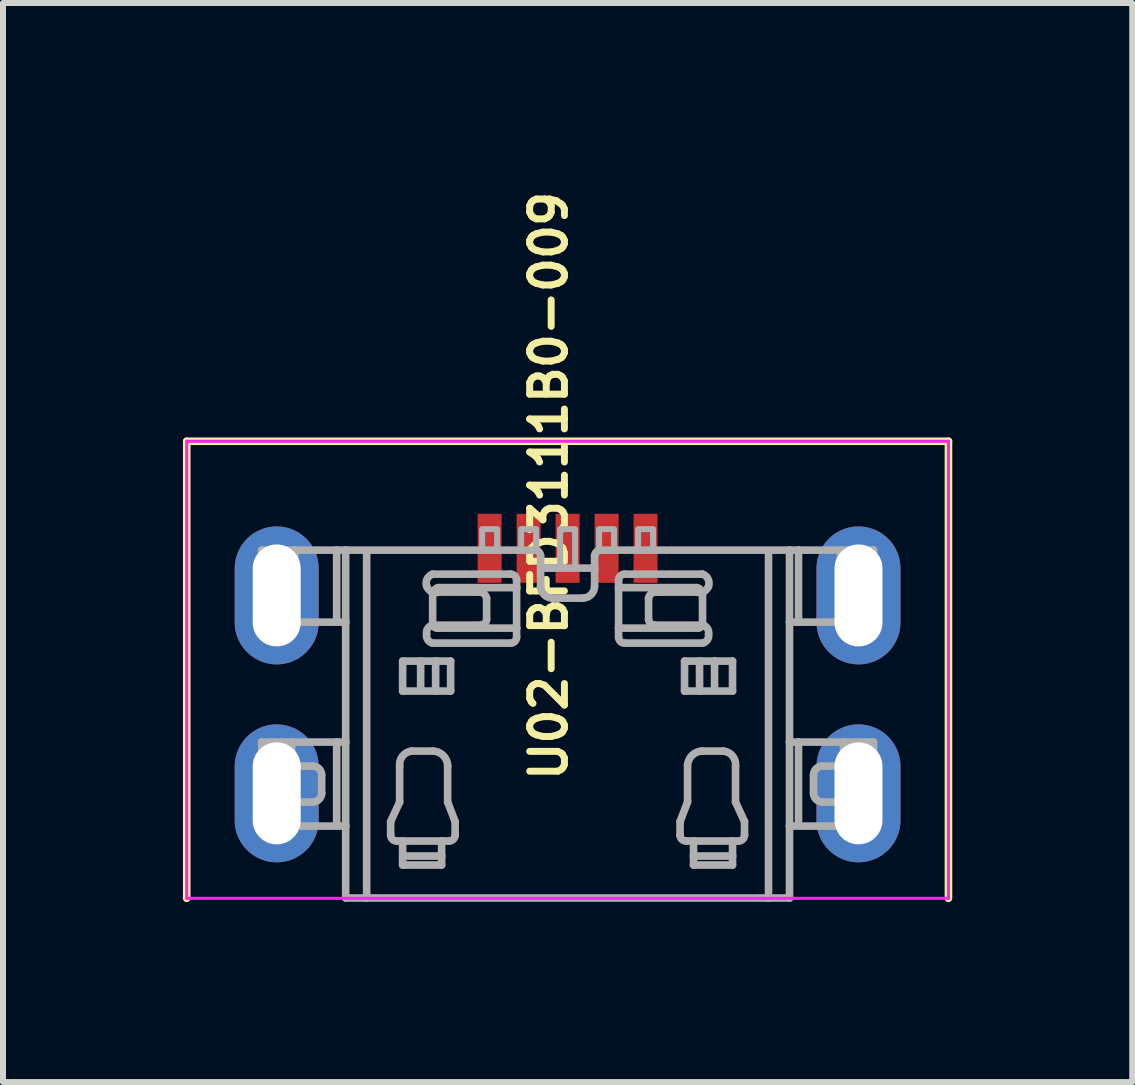
<source format=kicad_pcb>
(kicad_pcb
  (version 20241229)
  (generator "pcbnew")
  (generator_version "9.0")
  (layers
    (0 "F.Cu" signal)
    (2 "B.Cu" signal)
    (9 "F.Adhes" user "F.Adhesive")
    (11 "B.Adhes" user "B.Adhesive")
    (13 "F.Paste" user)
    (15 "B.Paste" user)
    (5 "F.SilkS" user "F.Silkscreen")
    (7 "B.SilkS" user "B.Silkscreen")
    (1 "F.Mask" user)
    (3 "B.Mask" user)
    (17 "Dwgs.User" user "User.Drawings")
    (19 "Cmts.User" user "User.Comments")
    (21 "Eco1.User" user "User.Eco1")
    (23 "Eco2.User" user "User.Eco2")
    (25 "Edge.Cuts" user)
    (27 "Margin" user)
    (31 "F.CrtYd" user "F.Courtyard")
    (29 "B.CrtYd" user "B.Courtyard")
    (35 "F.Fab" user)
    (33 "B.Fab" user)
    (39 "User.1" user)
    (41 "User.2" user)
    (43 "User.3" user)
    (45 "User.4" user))
  (footprint "U02-BFD3111B0-009"
    (layer "F.Cu")
    (at 6.413 10.022)
    (property "Reference" "U02-BFD3111B0-009" (at 0.024 0 90) (layer "F.SilkS") (effects (font (size 0.579 0.579) (thickness 0.116)) (justify left bottom)))
    (attr through_hole)
    (fp_poly (pts (xy -5.55 -2.695) (xy -5.55 -3.595) (xy -5.526 -3.776) (xy -5.456 -3.945) (xy -5.345 -4.09) (xy -5.2 -4.201) (xy -4.85 -4.295) (xy -4.669 -4.271) (xy -4.5 -4.201) (xy -4.355 -4.09) (xy -4.244 -3.945) (xy -4.174 -3.776) (xy -4.15 -3.595) (xy -4.15 -2.695) (xy -4.174 -2.514) (xy -4.244 -2.345) (xy -4.355 -2.2) (xy -4.5 -2.089) (xy -4.669 -2.019) (xy -4.85 -1.995) (xy -5.031 -2.019) (xy -5.2 -2.089) (xy -5.345 -2.2) (xy -5.456 -2.345)) (stroke (width 0) (type solid)) (fill yes) (layer "F.Mask"))
    (fp_poly (pts (xy 4.15 -2.695) (xy 4.15 -3.595) (xy 4.174 -3.776) (xy 4.244 -3.945) (xy 4.355 -4.09) (xy 4.5 -4.201) (xy 4.85 -4.295) (xy 5.031 -4.271) (xy 5.2 -4.201) (xy 5.345 -4.09) (xy 5.456 -3.945) (xy 5.526 -3.776) (xy 5.55 -3.595) (xy 5.55 -2.695) (xy 5.526 -2.514) (xy 5.456 -2.345) (xy 5.345 -2.2) (xy 5.2 -2.089) (xy 5.031 -2.019) (xy 4.85 -1.995) (xy 4.669 -2.019) (xy 4.5 -2.089) (xy 4.355 -2.2) (xy 4.244 -2.345)) (stroke (width 0) (type solid)) (fill yes) (layer "F.Mask"))
    (fp_poly (pts (xy -5.55 0.605) (xy -5.55 -0.295) (xy -5.55 -0.295) (xy -5.526 -0.476) (xy -5.456 -0.645) (xy -5.345 -0.79) (xy -5.2 -0.901) (xy -4.85 -0.995) (xy -4.85 -0.995) (xy -4.669 -0.971) (xy -4.5 -0.901) (xy -4.355 -0.79) (xy -4.244 -0.645) (xy -4.174 -0.476) (xy -4.15 -0.295) (xy -4.15 0.605) (xy -4.174 0.786) (xy -4.244 0.955) (xy -4.355 1.1) (xy -4.5 1.211) (xy -4.669 1.281) (xy -4.85 1.305) (xy -5.031 1.281) (xy -5.2 1.211) (xy -5.345 1.1) (xy -5.456 0.955)) (stroke (width 0) (type solid)) (fill yes) (layer "F.Mask"))
    (fp_poly (pts (xy 4.15 0.605) (xy 4.15 -0.295) (xy 4.15 -0.295) (xy 4.174 -0.476) (xy 4.244 -0.645) (xy 4.355 -0.79) (xy 4.5 -0.901) (xy 4.85 -0.995) (xy 4.85 -0.995) (xy 5.031 -0.971) (xy 5.2 -0.901) (xy 5.345 -0.79) (xy 5.456 -0.645) (xy 5.526 -0.476) (xy 5.55 -0.295) (xy 5.55 0.605) (xy 5.526 0.786) (xy 5.456 0.955) (xy 5.345 1.1) (xy 5.2 1.211) (xy 5.031 1.281) (xy 4.85 1.305) (xy 4.669 1.281) (xy 4.5 1.211) (xy 4.355 1.1) (xy 4.244 0.955)) (stroke (width 0) (type solid)) (fill yes) (layer "F.Mask"))
    (fp_poly (pts (xy -5.55 -2.695) (xy -5.55 -3.595) (xy -5.526 -3.776) (xy -5.456 -3.945) (xy -5.345 -4.09) (xy -5.2 -4.201) (xy -4.85 -4.295) (xy -4.669 -4.271) (xy -4.5 -4.201) (xy -4.355 -4.09) (xy -4.244 -3.945) (xy -4.174 -3.776) (xy -4.15 -3.595) (xy -4.15 -2.695) (xy -4.174 -2.514) (xy -4.244 -2.345) (xy -4.355 -2.2) (xy -4.5 -2.089) (xy -4.669 -2.019) (xy -4.85 -1.995) (xy -5.031 -2.019) (xy -5.2 -2.089) (xy -5.345 -2.2) (xy -5.456 -2.345)) (stroke (width 0) (type solid)) (fill yes) (layer "B.Mask"))
    (fp_poly (pts (xy 4.15 -2.695) (xy 4.15 -3.595) (xy 4.174 -3.776) (xy 4.244 -3.945) (xy 4.355 -4.09) (xy 4.5 -4.201) (xy 4.85 -4.295) (xy 5.031 -4.271) (xy 5.2 -4.201) (xy 5.345 -4.09) (xy 5.456 -3.945) (xy 5.526 -3.776) (xy 5.55 -3.595) (xy 5.55 -2.695) (xy 5.526 -2.514) (xy 5.456 -2.345) (xy 5.345 -2.2) (xy 5.2 -2.089) (xy 5.031 -2.019) (xy 4.85 -1.995) (xy 4.669 -2.019) (xy 4.5 -2.089) (xy 4.355 -2.2) (xy 4.244 -2.345)) (stroke (width 0) (type solid)) (fill yes) (layer "B.Mask"))
    (fp_poly (pts (xy -5.55 0.605) (xy -5.55 -0.295) (xy -5.55 -0.295) (xy -5.526 -0.476) (xy -5.456 -0.645) (xy -5.345 -0.79) (xy -5.2 -0.901) (xy -4.85 -0.995) (xy -4.85 -0.995) (xy -4.669 -0.971) (xy -4.5 -0.901) (xy -4.355 -0.79) (xy -4.244 -0.645) (xy -4.174 -0.476) (xy -4.15 -0.295) (xy -4.15 0.605) (xy -4.174 0.786) (xy -4.244 0.955) (xy -4.355 1.1) (xy -4.5 1.211) (xy -4.669 1.281) (xy -4.85 1.305) (xy -5.031 1.281) (xy -5.2 1.211) (xy -5.345 1.1) (xy -5.456 0.955)) (stroke (width 0) (type solid)) (fill yes) (layer "B.Mask"))
    (fp_poly (pts (xy 4.15 0.605) (xy 4.15 -0.295) (xy 4.15 -0.295) (xy 4.174 -0.476) (xy 4.244 -0.645) (xy 4.355 -0.79) (xy 4.5 -0.901) (xy 4.85 -0.995) (xy 4.85 -0.995) (xy 5.031 -0.971) (xy 5.2 -0.901) (xy 5.345 -0.79) (xy 5.456 -0.645) (xy 5.526 -0.476) (xy 5.55 -0.295) (xy 5.55 0.605) (xy 5.526 0.786) (xy 5.456 0.955) (xy 5.345 1.1) (xy 5.2 1.211) (xy 5.031 1.281) (xy 4.85 1.305) (xy 4.669 1.281) (xy 4.5 1.211) (xy 4.355 1.1) (xy 4.244 0.955)) (stroke (width 0) (type solid)) (fill yes) (layer "B.Mask"))
    (fp_line (start -6.35 -5.715) (end -6.35 1.905) (stroke (width 0.127) (type solid)) (layer "F.SilkS"))
    (fp_line (start 6.35 -5.715) (end -6.35 -5.715) (stroke (width 0.127) (type solid)) (layer "F.SilkS"))
    (fp_line (start 6.35 1.905) (end 6.35 -5.715) (stroke (width 0.127) (type solid)) (layer "F.SilkS"))
    (fp_poly (pts (xy -5.55 -2.695) (xy -5.55 -3.595) (xy -5.526 -3.776) (xy -5.456 -3.945) (xy -5.345 -4.09) (xy -5.2 -4.201) (xy -4.85 -4.295) (xy -4.669 -4.271) (xy -4.5 -4.201) (xy -4.355 -4.09) (xy -4.244 -3.945) (xy -4.174 -3.776) (xy -4.15 -3.595) (xy -4.15 -2.695) (xy -4.174 -2.514) (xy -4.244 -2.345) (xy -4.355 -2.2) (xy -4.5 -2.089) (xy -4.669 -2.019) (xy -4.85 -1.995) (xy -5.031 -2.019) (xy -5.2 -2.089) (xy -5.345 -2.2) (xy -5.456 -2.345)) (stroke (width 0) (type solid)) (fill yes) (layer "F.Paste"))
    (fp_poly (pts (xy 4.15 -2.695) (xy 4.15 -3.595) (xy 4.174 -3.776) (xy 4.244 -3.945) (xy 4.355 -4.09) (xy 4.5 -4.201) (xy 4.85 -4.295) (xy 5.031 -4.271) (xy 5.2 -4.201) (xy 5.345 -4.09) (xy 5.456 -3.945) (xy 5.526 -3.776) (xy 5.55 -3.595) (xy 5.55 -2.695) (xy 5.526 -2.514) (xy 5.456 -2.345) (xy 5.345 -2.2) (xy 5.2 -2.089) (xy 5.031 -2.019) (xy 4.85 -1.995) (xy 4.669 -2.019) (xy 4.5 -2.089) (xy 4.355 -2.2) (xy 4.244 -2.345)) (stroke (width 0) (type solid)) (fill yes) (layer "F.Paste"))
    (fp_poly (pts (xy -5.55 0.605) (xy -5.55 -0.295) (xy -5.55 -0.295) (xy -5.526 -0.476) (xy -5.456 -0.645) (xy -5.345 -0.79) (xy -5.2 -0.901) (xy -4.85 -0.995) (xy -4.85 -0.995) (xy -4.669 -0.971) (xy -4.5 -0.901) (xy -4.355 -0.79) (xy -4.244 -0.645) (xy -4.174 -0.476) (xy -4.15 -0.295) (xy -4.15 0.605) (xy -4.174 0.786) (xy -4.244 0.955) (xy -4.355 1.1) (xy -4.5 1.211) (xy -4.669 1.281) (xy -4.85 1.305) (xy -5.031 1.281) (xy -5.2 1.211) (xy -5.345 1.1) (xy -5.456 0.955)) (stroke (width 0) (type solid)) (fill yes) (layer "F.Paste"))
    (fp_poly (pts (xy 4.15 0.605) (xy 4.15 -0.295) (xy 4.15 -0.295) (xy 4.174 -0.476) (xy 4.244 -0.645) (xy 4.355 -0.79) (xy 4.5 -0.901) (xy 4.85 -0.995) (xy 4.85 -0.995) (xy 5.031 -0.971) (xy 5.2 -0.901) (xy 5.345 -0.79) (xy 5.456 -0.645) (xy 5.526 -0.476) (xy 5.55 -0.295) (xy 5.55 0.605) (xy 5.526 0.786) (xy 5.456 0.955) (xy 5.345 1.1) (xy 5.2 1.211) (xy 5.031 1.281) (xy 4.85 1.305) (xy 4.669 1.281) (xy 4.5 1.211) (xy 4.355 1.1) (xy 4.244 0.955)) (stroke (width 0) (type solid)) (fill yes) (layer "F.Paste"))
    (fp_poly (pts (xy -5.55 -2.695) (xy -5.55 -3.595) (xy -5.526 -3.776) (xy -5.456 -3.945) (xy -5.345 -4.09) (xy -5.2 -4.201) (xy -4.85 -4.295) (xy -4.669 -4.271) (xy -4.5 -4.201) (xy -4.355 -4.09) (xy -4.244 -3.945) (xy -4.174 -3.776) (xy -4.15 -3.595) (xy -4.15 -2.695) (xy -4.174 -2.514) (xy -4.244 -2.345) (xy -4.355 -2.2) (xy -4.5 -2.089) (xy -4.669 -2.019) (xy -4.85 -1.995) (xy -5.031 -2.019) (xy -5.2 -2.089) (xy -5.345 -2.2) (xy -5.456 -2.345)) (stroke (width 0) (type solid)) (fill yes) (layer "B.Paste"))
    (fp_poly (pts (xy 4.15 -2.695) (xy 4.15 -3.595) (xy 4.174 -3.776) (xy 4.244 -3.945) (xy 4.355 -4.09) (xy 4.5 -4.201) (xy 4.85 -4.295) (xy 5.031 -4.271) (xy 5.2 -4.201) (xy 5.345 -4.09) (xy 5.456 -3.945) (xy 5.526 -3.776) (xy 5.55 -3.595) (xy 5.55 -2.695) (xy 5.526 -2.514) (xy 5.456 -2.345) (xy 5.345 -2.2) (xy 5.2 -2.089) (xy 5.031 -2.019) (xy 4.85 -1.995) (xy 4.669 -2.019) (xy 4.5 -2.089) (xy 4.355 -2.2) (xy 4.244 -2.345)) (stroke (width 0) (type solid)) (fill yes) (layer "B.Paste"))
    (fp_poly (pts (xy -5.55 0.605) (xy -5.55 -0.295) (xy -5.55 -0.295) (xy -5.526 -0.476) (xy -5.456 -0.645) (xy -5.345 -0.79) (xy -5.2 -0.901) (xy -4.85 -0.995) (xy -4.85 -0.995) (xy -4.669 -0.971) (xy -4.5 -0.901) (xy -4.355 -0.79) (xy -4.244 -0.645) (xy -4.174 -0.476) (xy -4.15 -0.295) (xy -4.15 0.605) (xy -4.174 0.786) (xy -4.244 0.955) (xy -4.355 1.1) (xy -4.5 1.211) (xy -4.669 1.281) (xy -4.85 1.305) (xy -5.031 1.281) (xy -5.2 1.211) (xy -5.345 1.1) (xy -5.456 0.955)) (stroke (width 0) (type solid)) (fill yes) (layer "B.Paste"))
    (fp_poly (pts (xy 4.15 0.605) (xy 4.15 -0.295) (xy 4.15 -0.295) (xy 4.174 -0.476) (xy 4.244 -0.645) (xy 4.355 -0.79) (xy 4.5 -0.901) (xy 4.85 -0.995) (xy 4.85 -0.995) (xy 5.031 -0.971) (xy 5.2 -0.901) (xy 5.345 -0.79) (xy 5.456 -0.645) (xy 5.526 -0.476) (xy 5.55 -0.295) (xy 5.55 0.605) (xy 5.526 0.786) (xy 5.456 0.955) (xy 5.345 1.1) (xy 5.2 1.211) (xy 5.031 1.281) (xy 4.85 1.305) (xy 4.669 1.281) (xy 4.5 1.211) (xy 4.355 1.1) (xy 4.244 0.955)) (stroke (width 0) (type solid)) (fill yes) (layer "B.Paste"))
    (fp_line (start -6.35 -5.715) (end 6.35 -5.715) (stroke (width 0.051) (type solid)) (layer "F.CrtYd"))
    (fp_line (start -6.35 1.905) (end -6.35 -5.715) (stroke (width 0.051) (type solid)) (layer "F.CrtYd"))
    (fp_line (start 6.35 -5.715) (end 6.35 1.905) (stroke (width 0.051) (type solid)) (layer "F.CrtYd"))
    (fp_line (start 6.35 1.905) (end -6.35 1.905) (stroke (width 0.051) (type solid)) (layer "F.CrtYd"))
    (fp_line (start -5.1 -3.9) (end -5.1 -2.7) (stroke (width 0.127) (type solid)) (layer "F.Fab"))
    (fp_line (start -5.1 -3.9) (end -4.55 -3.9) (stroke (width 0.127) (type solid)) (layer "F.Fab"))
    (fp_line (start -5.1 -2.7) (end -4.55 -2.7) (stroke (width 0.127) (type solid)) (layer "F.Fab"))
    (fp_line (start -5.1 -0.7) (end -5.1 -0.3) (stroke (width 0.127) (type solid)) (layer "F.Fab"))
    (fp_line (start -5.1 -0.3) (end -5.1 0.3) (stroke (width 0.127) (type solid)) (layer "F.Fab"))
    (fp_line (start -5.1 0.3) (end -5.1 0.7) (stroke (width 0.127) (type solid)) (layer "F.Fab"))
    (fp_line (start -5.1 0.3) (end -4.6 0.3) (stroke (width 0.127) (type solid)) (layer "F.Fab"))
    (fp_line (start -5.1 0.7) (end -4.6 0.7) (stroke (width 0.127) (type solid)) (layer "F.Fab"))
    (fp_line (start -4.6 -0.7) (end -5.1 -0.7) (stroke (width 0.127) (type solid)) (layer "F.Fab"))
    (fp_line (start -4.6 -0.7) (end -4.6 -0.3) (stroke (width 0.127) (type solid)) (layer "F.Fab"))
    (fp_line (start -4.6 -0.3) (end -5.1 -0.3) (stroke (width 0.127) (type solid)) (layer "F.Fab"))
    (fp_line (start -4.6 -0.3) (end -4.25 -0.3) (stroke (width 0.127) (type solid)) (layer "F.Fab"))
    (fp_line (start -4.6 0.3) (end -4.6 0.7) (stroke (width 0.127) (type solid)) (layer "F.Fab"))
    (fp_line (start -4.6 0.7) (end -3.7 0.7) (stroke (width 0.127) (type solid)) (layer "F.Fab"))
    (fp_line (start -4.55 -3.9) (end -4.55 -2.7) (stroke (width 0.127) (type solid)) (layer "F.Fab"))
    (fp_line (start -4.55 -3.9) (end -3.85 -3.9) (stroke (width 0.127) (type solid)) (layer "F.Fab"))
    (fp_line (start -4.55 -2.7) (end -3.85 -2.7) (stroke (width 0.127) (type solid)) (layer "F.Fab"))
    (fp_line (start -4.25 0.3) (end -4.6 0.3) (stroke (width 0.127) (type solid)) (layer "F.Fab"))
    (fp_line (start -4.1 -0.15) (end -4.1 0.15) (stroke (width 0.127) (type solid)) (layer "F.Fab"))
    (fp_line (start -3.85 -3.9) (end -3.85 -2.7) (stroke (width 0.127) (type solid)) (layer "F.Fab"))
    (fp_line (start -3.85 -3.9) (end -3.7 -3.9) (stroke (width 0.127) (type solid)) (layer "F.Fab"))
    (fp_line (start -3.85 -2.7) (end -3.7 -2.7) (stroke (width 0.127) (type solid)) (layer "F.Fab"))
    (fp_line (start -3.85 -0.7) (end -4.6 -0.7) (stroke (width 0.127) (type solid)) (layer "F.Fab"))
    (fp_line (start -3.85 -0.7) (end -3.85 0.65) (stroke (width 0.127) (type solid)) (layer "F.Fab"))
    (fp_line (start -3.7 -3.9) (end -0.55 -3.9) (stroke (width 0.127) (type solid)) (layer "F.Fab"))
    (fp_line (start -3.7 -2.7) (end -3.7 -3.9) (stroke (width 0.127) (type solid)) (layer "F.Fab"))
    (fp_line (start -3.7 -0.7) (end -3.85 -0.7) (stroke (width 0.127) (type solid)) (layer "F.Fab"))
    (fp_line (start -3.7 -0.7) (end -3.7 -2.7) (stroke (width 0.127) (type solid)) (layer "F.Fab"))
    (fp_line (start -3.7 0.7) (end -3.7 -0.7) (stroke (width 0.127) (type solid)) (layer "F.Fab"))
    (fp_line (start -3.7 1.9) (end -3.7 0.7) (stroke (width 0.127) (type solid)) (layer "F.Fab"))
    (fp_line (start -3.35 -3.85) (end -3.35 1.9) (stroke (width 0.127) (type solid)) (layer "F.Fab"))
    (fp_line (start -3.35 1.9) (end -3.7 1.9) (stroke (width 0.127) (type solid)) (layer "F.Fab"))
    (fp_line (start -3.35 1.9) (end 3.35 1.9) (stroke (width 0.127) (type solid)) (layer "F.Fab"))
    (fp_line (start -2.95 0.625) (end -2.8 0.3) (stroke (width 0.127) (type solid)) (layer "F.Fab"))
    (fp_line (start -2.95 0.85) (end -2.95 0.625) (stroke (width 0.127) (type solid)) (layer "F.Fab"))
    (fp_line (start -2.85 0.95) (end -2.75 0.95) (stroke (width 0.127) (type solid)) (layer "F.Fab"))
    (fp_line (start -2.8 -0.3) (end -2.8 0.3) (stroke (width 0.127) (type solid)) (layer "F.Fab"))
    (fp_line (start -2.75 -2.05) (end -2.45 -2.05) (stroke (width 0.127) (type solid)) (layer "F.Fab"))
    (fp_line (start -2.75 -1.55) (end -2.75 -2.05) (stroke (width 0.127) (type solid)) (layer "F.Fab"))
    (fp_line (start -2.75 1.2) (end -2.75 0.95) (stroke (width 0.127) (type solid)) (layer "F.Fab"))
    (fp_line (start -2.75 1.2) (end -2.75 1.35) (stroke (width 0.127) (type solid)) (layer "F.Fab"))
    (fp_line (start -2.75 1.35) (end -2.1 1.35) (stroke (width 0.127) (type solid)) (layer "F.Fab"))
    (fp_line (start -2.6 -0.55) (end -2.25 -0.55) (stroke (width 0.127) (type solid)) (layer "F.Fab"))
    (fp_line (start -2.45 -2.05) (end -2.45 -1.6) (stroke (width 0.127) (type solid)) (layer "F.Fab"))
    (fp_line (start -2.45 -2.05) (end -2.2 -2.05) (stroke (width 0.127) (type solid)) (layer "F.Fab"))
    (fp_line (start -2.25 -3.2) (end -2.25 -2.675) (stroke (width 0.127) (type solid)) (layer "F.Fab"))
    (fp_line (start -2.25 -3.2) (end -2.225 -3.2) (stroke (width 0.127) (type solid)) (layer "F.Fab"))
    (fp_line (start -2.25 -2.675) (end -2.25 -2.65) (stroke (width 0.127) (type solid)) (layer "F.Fab"))
    (fp_line (start -2.25 -2.35) (end -0.95 -2.35) (stroke (width 0.127) (type solid)) (layer "F.Fab"))
    (fp_line (start -2.225 -3.2) (end -2.15 -3.2) (stroke (width 0.127) (type solid)) (layer "F.Fab"))
    (fp_line (start -2.2 -2.05) (end -2.2 -1.55) (stroke (width 0.127) (type solid)) (layer "F.Fab"))
    (fp_line (start -2.2 -2.05) (end -1.95 -2.05) (stroke (width 0.127) (type solid)) (layer "F.Fab"))
    (fp_line (start -2.2 -1.55) (end -2.75 -1.55) (stroke (width 0.127) (type solid)) (layer "F.Fab"))
    (fp_line (start -2.15 -3.2) (end -1.5 -3.2) (stroke (width 0.127) (type solid)) (layer "F.Fab"))
    (fp_line (start -2.1 0.95) (end -2.75 0.95) (stroke (width 0.127) (type solid)) (layer "F.Fab"))
    (fp_line (start -2.1 1.2) (end -2.75 1.2) (stroke (width 0.127) (type solid)) (layer "F.Fab"))
    (fp_line (start -2.1 1.2) (end -2.1 0.95) (stroke (width 0.127) (type solid)) (layer "F.Fab"))
    (fp_line (start -2.1 1.35) (end -2.1 1.2) (stroke (width 0.127) (type solid)) (layer "F.Fab"))
    (fp_line (start -2 -0.3) (end -2 0.3) (stroke (width 0.127) (type solid)) (layer "F.Fab"))
    (fp_line (start -1.975 0.95) (end -2.1 0.95) (stroke (width 0.127) (type solid)) (layer "F.Fab"))
    (fp_line (start -1.95 -2.05) (end -1.95 -1.55) (stroke (width 0.127) (type solid)) (layer "F.Fab"))
    (fp_line (start -1.95 -1.55) (end -2.2 -1.55) (stroke (width 0.127) (type solid)) (layer "F.Fab"))
    (fp_line (start -1.875 0.625) (end -2 0.3) (stroke (width 0.127) (type solid)) (layer "F.Fab"))
    (fp_line (start -1.875 0.85) (end -1.875 0.625) (stroke (width 0.127) (type solid)) (layer "F.Fab"))
    (fp_line (start -1.45 -2.65) (end -2.25 -2.65) (stroke (width 0.127) (type solid)) (layer "F.Fab"))
    (fp_line (start -1.35 -3.1) (end -1.35 -2.75) (stroke (width 0.127) (type solid)) (layer "F.Fab"))
    (fp_line (start -0.95 -3.5) (end -2.25 -3.5) (stroke (width 0.127) (type solid)) (layer "F.Fab"))
    (fp_line (start -0.85 -3.4) (end -0.85 -3.275) (stroke (width 0.127) (type solid)) (layer "F.Fab"))
    (fp_line (start -0.85 -3.275) (end -2.15 -3.275) (stroke (width 0.127) (type solid)) (layer "F.Fab"))
    (fp_line (start -0.85 -3.275) (end -0.85 -2.6) (stroke (width 0.127) (type solid)) (layer "F.Fab"))
    (fp_line (start -0.85 -2.6) (end -2.175 -2.6) (stroke (width 0.127) (type solid)) (layer "F.Fab"))
    (fp_line (start -0.85 -2.6) (end -0.85 -2.45) (stroke (width 0.127) (type solid)) (layer "F.Fab"))
    (fp_line (start -0.45 -3.8) (end -0.45 -3.6) (stroke (width 0.127) (type solid)) (layer "F.Fab"))
    (fp_line (start -0.45 -3.6) (end -0.45 -3.3) (stroke (width 0.127) (type solid)) (layer "F.Fab"))
    (fp_line (start 0.25 -3.1) (end -0.25 -3.1) (stroke (width 0.127) (type solid)) (layer "F.Fab"))
    (fp_line (start 0.45 -3.8) (end 0.45 -3.6) (stroke (width 0.127) (type solid)) (layer "F.Fab"))
    (fp_line (start 0.45 -3.6) (end -0.45 -3.6) (stroke (width 0.127) (type solid)) (layer "F.Fab"))
    (fp_line (start 0.45 -3.6) (end 0.45 -3.3) (stroke (width 0.127) (type solid)) (layer "F.Fab"))
    (fp_line (start 0.85 -3.4) (end 0.85 -3.275) (stroke (width 0.127) (type solid)) (layer "F.Fab"))
    (fp_line (start 0.85 -3.275) (end 0.85 -2.6) (stroke (width 0.127) (type solid)) (layer "F.Fab"))
    (fp_line (start 0.85 -3.275) (end 2.15 -3.275) (stroke (width 0.127) (type solid)) (layer "F.Fab"))
    (fp_line (start 0.85 -2.6) (end 0.85 -2.45) (stroke (width 0.127) (type solid)) (layer "F.Fab"))
    (fp_line (start 0.85 -2.6) (end 2.175 -2.6) (stroke (width 0.127) (type solid)) (layer "F.Fab"))
    (fp_line (start 0.95 -3.5) (end 2.25 -3.5) (stroke (width 0.127) (type solid)) (layer "F.Fab"))
    (fp_line (start 1.35 -3.1) (end 1.35 -2.75) (stroke (width 0.127) (type solid)) (layer "F.Fab"))
    (fp_line (start 1.45 -2.65) (end 2.25 -2.65) (stroke (width 0.127) (type solid)) (layer "F.Fab"))
    (fp_line (start 1.875 0.625) (end 2 0.3) (stroke (width 0.127) (type solid)) (layer "F.Fab"))
    (fp_line (start 1.875 0.85) (end 1.875 0.625) (stroke (width 0.127) (type solid)) (layer "F.Fab"))
    (fp_line (start 1.95 -2.05) (end 1.95 -1.55) (stroke (width 0.127) (type solid)) (layer "F.Fab"))
    (fp_line (start 1.95 -1.55) (end 2.2 -1.55) (stroke (width 0.127) (type solid)) (layer "F.Fab"))
    (fp_line (start 1.975 0.95) (end 2.1 0.95) (stroke (width 0.127) (type solid)) (layer "F.Fab"))
    (fp_line (start 2 -0.3) (end 2 0.3) (stroke (width 0.127) (type solid)) (layer "F.Fab"))
    (fp_line (start 2.1 0.95) (end 2.75 0.95) (stroke (width 0.127) (type solid)) (layer "F.Fab"))
    (fp_line (start 2.1 1.2) (end 2.1 0.95) (stroke (width 0.127) (type solid)) (layer "F.Fab"))
    (fp_line (start 2.1 1.2) (end 2.75 1.2) (stroke (width 0.127) (type solid)) (layer "F.Fab"))
    (fp_line (start 2.1 1.35) (end 2.1 1.2) (stroke (width 0.127) (type solid)) (layer "F.Fab"))
    (fp_line (start 2.15 -3.2) (end 1.5 -3.2) (stroke (width 0.127) (type solid)) (layer "F.Fab"))
    (fp_line (start 2.2 -2.05) (end 1.95 -2.05) (stroke (width 0.127) (type solid)) (layer "F.Fab"))
    (fp_line (start 2.2 -2.05) (end 2.2 -1.55) (stroke (width 0.127) (type solid)) (layer "F.Fab"))
    (fp_line (start 2.2 -1.55) (end 2.75 -1.55) (stroke (width 0.127) (type solid)) (layer "F.Fab"))
    (fp_line (start 2.225 -3.2) (end 2.15 -3.2) (stroke (width 0.127) (type solid)) (layer "F.Fab"))
    (fp_line (start 2.25 -3.2) (end 2.225 -3.2) (stroke (width 0.127) (type solid)) (layer "F.Fab"))
    (fp_line (start 2.25 -3.2) (end 2.25 -2.675) (stroke (width 0.127) (type solid)) (layer "F.Fab"))
    (fp_line (start 2.25 -2.675) (end 2.25 -2.65) (stroke (width 0.127) (type solid)) (layer "F.Fab"))
    (fp_line (start 2.25 -2.35) (end 0.95 -2.35) (stroke (width 0.127) (type solid)) (layer "F.Fab"))
    (fp_line (start 2.45 -2.05) (end 2.2 -2.05) (stroke (width 0.127) (type solid)) (layer "F.Fab"))
    (fp_line (start 2.45 -2.05) (end 2.45 -1.6) (stroke (width 0.127) (type solid)) (layer "F.Fab"))
    (fp_line (start 2.6 -0.55) (end 2.25 -0.55) (stroke (width 0.127) (type solid)) (layer "F.Fab"))
    (fp_line (start 2.75 -2.05) (end 2.45 -2.05) (stroke (width 0.127) (type solid)) (layer "F.Fab"))
    (fp_line (start 2.75 -1.55) (end 2.75 -2.05) (stroke (width 0.127) (type solid)) (layer "F.Fab"))
    (fp_line (start 2.75 1.2) (end 2.75 0.95) (stroke (width 0.127) (type solid)) (layer "F.Fab"))
    (fp_line (start 2.75 1.2) (end 2.75 1.35) (stroke (width 0.127) (type solid)) (layer "F.Fab"))
    (fp_line (start 2.75 1.35) (end 2.1 1.35) (stroke (width 0.127) (type solid)) (layer "F.Fab"))
    (fp_line (start 2.8 -0.3) (end 2.8 0.3) (stroke (width 0.127) (type solid)) (layer "F.Fab"))
    (fp_line (start 2.85 0.95) (end 2.75 0.95) (stroke (width 0.127) (type solid)) (layer "F.Fab"))
    (fp_line (start 2.95 0.625) (end 2.8 0.3) (stroke (width 0.127) (type solid)) (layer "F.Fab"))
    (fp_line (start 2.95 0.85) (end 2.95 0.625) (stroke (width 0.127) (type solid)) (layer "F.Fab"))
    (fp_line (start 3.35 -3.85) (end 3.35 1.9) (stroke (width 0.127) (type solid)) (layer "F.Fab"))
    (fp_line (start 3.35 1.9) (end 3.7 1.9) (stroke (width 0.127) (type solid)) (layer "F.Fab"))
    (fp_line (start 3.7 -3.9) (end 0.55 -3.9) (stroke (width 0.127) (type solid)) (layer "F.Fab"))
    (fp_line (start 3.7 -2.7) (end 3.7 -3.9) (stroke (width 0.127) (type solid)) (layer "F.Fab"))
    (fp_line (start 3.7 -0.7) (end 3.7 -2.7) (stroke (width 0.127) (type solid)) (layer "F.Fab"))
    (fp_line (start 3.7 -0.7) (end 3.85 -0.7) (stroke (width 0.127) (type solid)) (layer "F.Fab"))
    (fp_line (start 3.7 0.7) (end 3.7 -0.7) (stroke (width 0.127) (type solid)) (layer "F.Fab"))
    (fp_line (start 3.7 1.9) (end 3.7 0.7) (stroke (width 0.127) (type solid)) (layer "F.Fab"))
    (fp_line (start 3.85 -3.9) (end 3.7 -3.9) (stroke (width 0.127) (type solid)) (layer "F.Fab"))
    (fp_line (start 3.85 -3.9) (end 3.85 -2.7) (stroke (width 0.127) (type solid)) (layer "F.Fab"))
    (fp_line (start 3.85 -2.7) (end 3.7 -2.7) (stroke (width 0.127) (type solid)) (layer "F.Fab"))
    (fp_line (start 3.85 -0.7) (end 3.85 0.65) (stroke (width 0.127) (type solid)) (layer "F.Fab"))
    (fp_line (start 3.85 -0.7) (end 4.6 -0.7) (stroke (width 0.127) (type solid)) (layer "F.Fab"))
    (fp_line (start 4.1 -0.15) (end 4.1 0.15) (stroke (width 0.127) (type solid)) (layer "F.Fab"))
    (fp_line (start 4.25 0.3) (end 4.6 0.3) (stroke (width 0.127) (type solid)) (layer "F.Fab"))
    (fp_line (start 4.55 -3.9) (end 3.85 -3.9) (stroke (width 0.127) (type solid)) (layer "F.Fab"))
    (fp_line (start 4.55 -3.9) (end 4.55 -2.7) (stroke (width 0.127) (type solid)) (layer "F.Fab"))
    (fp_line (start 4.55 -2.7) (end 3.85 -2.7) (stroke (width 0.127) (type solid)) (layer "F.Fab"))
    (fp_line (start 4.6 -0.7) (end 4.6 -0.3) (stroke (width 0.127) (type solid)) (layer "F.Fab"))
    (fp_line (start 4.6 -0.7) (end 5.1 -0.7) (stroke (width 0.127) (type solid)) (layer "F.Fab"))
    (fp_line (start 4.6 -0.3) (end 4.25 -0.3) (stroke (width 0.127) (type solid)) (layer "F.Fab"))
    (fp_line (start 4.6 -0.3) (end 5.1 -0.3) (stroke (width 0.127) (type solid)) (layer "F.Fab"))
    (fp_line (start 4.6 0.3) (end 4.6 0.7) (stroke (width 0.127) (type solid)) (layer "F.Fab"))
    (fp_line (start 4.6 0.7) (end 3.7 0.7) (stroke (width 0.127) (type solid)) (layer "F.Fab"))
    (fp_line (start 5.1 -3.9) (end 4.55 -3.9) (stroke (width 0.127) (type solid)) (layer "F.Fab"))
    (fp_line (start 5.1 -3.9) (end 5.1 -2.7) (stroke (width 0.127) (type solid)) (layer "F.Fab"))
    (fp_line (start 5.1 -2.7) (end 4.55 -2.7) (stroke (width 0.127) (type solid)) (layer "F.Fab"))
    (fp_line (start 5.1 -0.7) (end 5.1 -0.3) (stroke (width 0.127) (type solid)) (layer "F.Fab"))
    (fp_line (start 5.1 -0.3) (end 5.1 0.3) (stroke (width 0.127) (type solid)) (layer "F.Fab"))
    (fp_line (start 5.1 0.3) (end 4.6 0.3) (stroke (width 0.127) (type solid)) (layer "F.Fab"))
    (fp_line (start 5.1 0.3) (end 5.1 0.7) (stroke (width 0.127) (type solid)) (layer "F.Fab"))
    (fp_line (start 5.1 0.7) (end 4.6 0.7) (stroke (width 0.127) (type solid)) (layer "F.Fab"))
    (fp_arc (start -4.25 -0.3) (mid -4.143934 -0.256066) (end -4.1 -0.15) (stroke (width 0.127) (type solid)) (layer "F.Fab"))
    (fp_arc (start -4.1 0.15) (mid -4.143934 0.256066) (end -4.25 0.3) (stroke (width 0.127) (type solid)) (layer "F.Fab"))
    (fp_arc (start -2.85 0.95) (mid -2.920711 0.920711) (end -2.95 0.85) (stroke (width 0.127) (type solid)) (layer "F.Fab"))
    (fp_arc (start -2.8 -0.3) (mid -2.751777 -0.466421) (end -2.6 -0.55) (stroke (width 0.127) (type solid)) (layer "F.Fab"))
    (fp_arc (start -2.35 -3.3) (mid -2.341421 -3.420711) (end -2.25 -3.5) (stroke (width 0.127) (type solid)) (layer "F.Fab"))
    (fp_arc (start -2.35 -2.5) (mid -2.331066 -2.595711) (end -2.25 -2.65) (stroke (width 0.127) (type solid)) (layer "F.Fab"))
    (fp_arc (start -2.25 -3.199999) (mid -2.311804 -3.238196) (end -2.35 -3.3) (stroke (width 0.127) (type solid)) (layer "F.Fab"))
    (fp_arc (start -2.25 -2.35) (mid -2.331066 -2.404289) (end -2.35 -2.5) (stroke (width 0.127) (type solid)) (layer "F.Fab"))
    (fp_arc (start -2.25 -0.55) (mid -2.073223 -0.476777) (end -2 -0.3) (stroke (width 0.127) (type solid)) (layer "F.Fab"))
    (fp_arc (start -2.225 -3.2) (mid -2.203033 -3.253033) (end -2.15 -3.275) (stroke (width 0.127) (type solid)) (layer "F.Fab"))
    (fp_arc (start -2.175 -2.6) (mid -2.228033 -2.621967) (end -2.25 -2.675) (stroke (width 0.127) (type solid)) (layer "F.Fab"))
    (fp_arc (start -2.150001 -3.2) (mid -2.2 -3.191886) (end -2.25 -3.2) (stroke (width 0.127) (type solid)) (layer "F.Fab"))
    (fp_arc (start -1.875 0.85) (mid -1.904289 0.920711) (end -1.975 0.95) (stroke (width 0.127) (type solid)) (layer "F.Fab"))
    (fp_arc (start -1.5 -3.2) (mid -1.404289 -3.181066) (end -1.35 -3.1) (stroke (width 0.127) (type solid)) (layer "F.Fab"))
    (fp_arc (start -1.35 -2.75) (mid -1.379289 -2.679289) (end -1.45 -2.65) (stroke (width 0.127) (type solid)) (layer "F.Fab"))
    (fp_arc (start -0.95 -3.5) (mid -0.879289 -3.470711) (end -0.85 -3.4) (stroke (width 0.127) (type solid)) (layer "F.Fab"))
    (fp_arc (start -0.85 -2.45) (mid -0.879289 -2.379289) (end -0.95 -2.35) (stroke (width 0.127) (type solid)) (layer "F.Fab"))
    (fp_arc (start -0.55 -3.9) (mid -0.479289 -3.870711) (end -0.45 -3.8) (stroke (width 0.127) (type solid)) (layer "F.Fab"))
    (fp_arc (start -0.249999 -3.099999) (mid -0.391421 -3.158578) (end -0.45 -3.3) (stroke (width 0.127) (type solid)) (layer "F.Fab"))
    (fp_arc (start 0.45 -3.8) (mid 0.479289 -3.870711) (end 0.55 -3.9) (stroke (width 0.127) (type solid)) (layer "F.Fab"))
    (fp_arc (start 0.45 -3.3) (mid 0.391421 -3.158578) (end 0.249999 -3.099999) (stroke (width 0.127) (type solid)) (layer "F.Fab"))
    (fp_arc (start 0.85 -3.4) (mid 0.879289 -3.470711) (end 0.95 -3.5) (stroke (width 0.127) (type solid)) (layer "F.Fab"))
    (fp_arc (start 0.95 -2.35) (mid 0.879289 -2.379289) (end 0.85 -2.45) (stroke (width 0.127) (type solid)) (layer "F.Fab"))
    (fp_arc (start 1.35 -3.1) (mid 1.404289 -3.181066) (end 1.5 -3.2) (stroke (width 0.127) (type solid)) (layer "F.Fab"))
    (fp_arc (start 1.45 -2.65) (mid 1.379289 -2.679289) (end 1.35 -2.75) (stroke (width 0.127) (type solid)) (layer "F.Fab"))
    (fp_arc (start 1.975 0.95) (mid 1.904289 0.920711) (end 1.875 0.85) (stroke (width 0.127) (type solid)) (layer "F.Fab"))
    (fp_arc (start 2 -0.3) (mid 2.073223 -0.476777) (end 2.25 -0.55) (stroke (width 0.127) (type solid)) (layer "F.Fab"))
    (fp_arc (start 2.15 -3.275) (mid 2.203033 -3.253033) (end 2.225 -3.2) (stroke (width 0.127) (type solid)) (layer "F.Fab"))
    (fp_arc (start 2.25 -3.5) (mid 2.341421 -3.420711) (end 2.35 -3.3) (stroke (width 0.127) (type solid)) (layer "F.Fab"))
    (fp_arc (start 2.25 -3.2) (mid 2.2 -3.191886) (end 2.150001 -3.2) (stroke (width 0.127) (type solid)) (layer "F.Fab"))
    (fp_arc (start 2.25 -2.675) (mid 2.228033 -2.621967) (end 2.175 -2.6) (stroke (width 0.127) (type solid)) (layer "F.Fab"))
    (fp_arc (start 2.25 -2.65) (mid 2.331066 -2.595711) (end 2.35 -2.5) (stroke (width 0.127) (type solid)) (layer "F.Fab"))
    (fp_arc (start 2.35 -3.3) (mid 2.311803 -3.238196) (end 2.25 -3.199999) (stroke (width 0.127) (type solid)) (layer "F.Fab"))
    (fp_arc (start 2.35 -2.5) (mid 2.331066 -2.404289) (end 2.25 -2.35) (stroke (width 0.127) (type solid)) (layer "F.Fab"))
    (fp_arc (start 2.6 -0.55) (mid 2.751777 -0.466421) (end 2.8 -0.3) (stroke (width 0.127) (type solid)) (layer "F.Fab"))
    (fp_arc (start 2.95 0.85) (mid 2.920711 0.920711) (end 2.85 0.95) (stroke (width 0.127) (type solid)) (layer "F.Fab"))
    (fp_arc (start 4.1 -0.15) (mid 4.143934 -0.256066) (end 4.25 -0.3) (stroke (width 0.127) (type solid)) (layer "F.Fab"))
    (fp_arc (start 4.25 0.3) (mid 4.143934 0.256066) (end 4.1 0.15) (stroke (width 0.127) (type solid)) (layer "F.Fab"))
    (fp_poly (pts (xy -1.425 -3.9) (xy -1.175 -3.9) (xy -1.175 -4.25) (xy -1.425 -4.25)) (stroke (width 0.1) (type solid)) (fill no) (layer "F.Fab"))
    (fp_poly (pts (xy -0.775 -3.9) (xy -0.525 -3.9) (xy -0.525 -4.25) (xy -0.775 -4.25)) (stroke (width 0.1) (type solid)) (fill no) (layer "F.Fab"))
    (fp_poly (pts (xy -0.125 -3.6) (xy 0.125 -3.6) (xy 0.125 -4.25) (xy -0.125 -4.25)) (stroke (width 0.1) (type solid)) (fill no) (layer "F.Fab"))
    (fp_poly (pts (xy 0.775 -4.25) (xy 0.525 -4.25) (xy 0.525 -3.9) (xy 0.775 -3.9)) (stroke (width 0.1) (type solid)) (fill no) (layer "F.Fab"))
    (fp_poly (pts (xy 1.425 -4.25) (xy 1.175 -4.25) (xy 1.175 -3.9) (xy 1.425 -3.9)) (stroke (width 0.1) (type solid)) (fill no) (layer "F.Fab"))
    (pad "1" smd rect (at -1.3 -3.93 90) (size 1.15 0.4) (layers "F.Cu" "F.Mask" "F.Paste"))
    (pad "2" smd rect (at -0.65 -3.93 90) (size 1.15 0.4) (layers "F.Cu" "F.Mask" "F.Paste"))
    (pad "3" smd rect (at 0 -3.93 90) (size 1.15 0.4) (layers "F.Cu" "F.Mask" "F.Paste"))
    (pad "4" smd rect (at 0.65 -3.93 90) (size 1.15 0.4) (layers "F.Cu" "F.Mask" "F.Paste"))
    (pad "5" smd rect (at 1.3 -3.93 90) (size 1.15 0.4) (layers "F.Cu" "F.Mask" "F.Paste"))
    (pad "S$1" thru_hole oval (at -4.85 0.155) (size 1.4 2.3) (drill oval 0.8 1.7) (layers "*.Cu" "*.Mask"))
    (pad "S$2" thru_hole oval (at 4.85 0.155) (size 1.4 2.3) (drill oval 0.8 1.7) (layers "*.Cu" "*.Mask"))
    (pad "S$3" thru_hole oval (at -4.85 -3.145) (size 1.4 2.3) (drill oval 0.8 1.7) (layers "*.Cu" "*.Mask"))
    (pad "S$4" thru_hole oval (at 4.85 -3.145) (size 1.4 2.3) (drill oval 0.8 1.7) (layers "*.Cu" "*.Mask")))
  (gr_rect
    (start -3 -3)
    (end 15.827 14.99)
    (stroke (width 0.1) (type default))
    (fill no)
    (layer "Edge.Cuts")))
</source>
